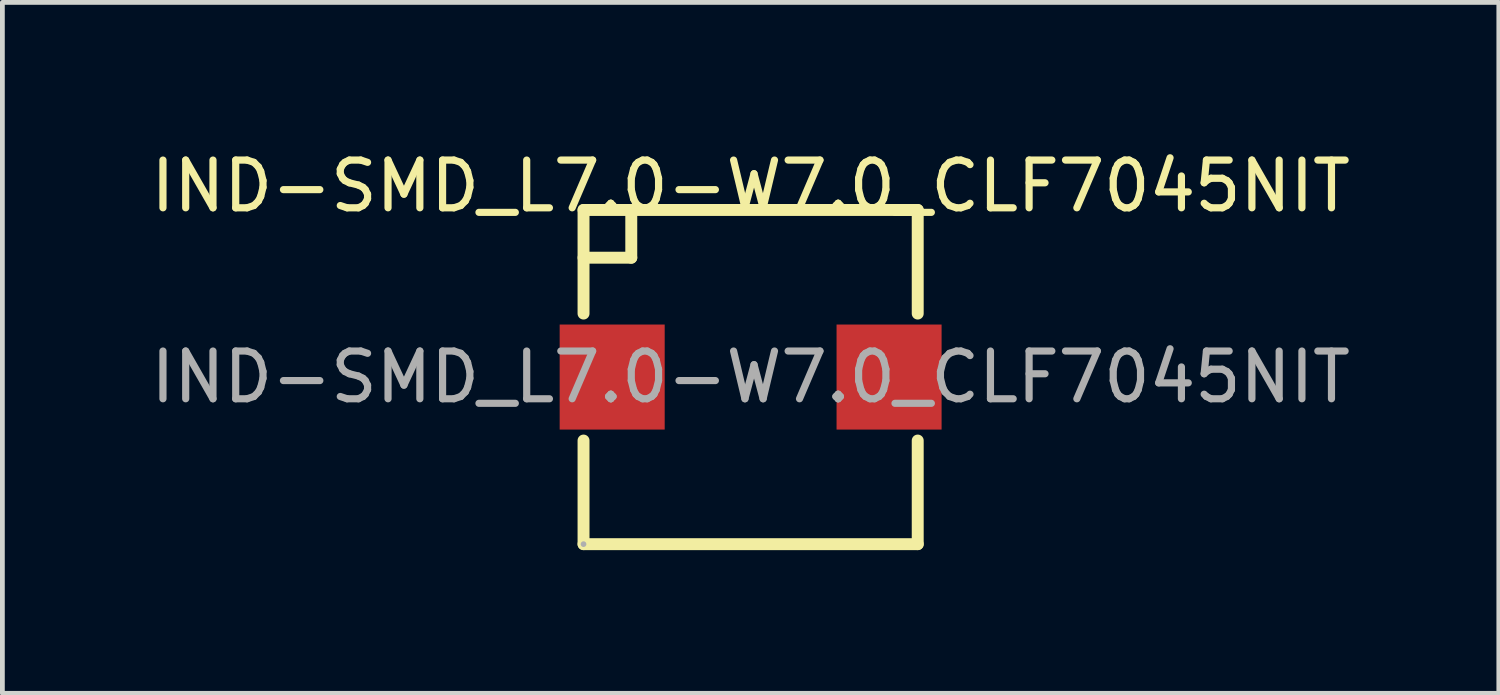
<source format=kicad_pcb>
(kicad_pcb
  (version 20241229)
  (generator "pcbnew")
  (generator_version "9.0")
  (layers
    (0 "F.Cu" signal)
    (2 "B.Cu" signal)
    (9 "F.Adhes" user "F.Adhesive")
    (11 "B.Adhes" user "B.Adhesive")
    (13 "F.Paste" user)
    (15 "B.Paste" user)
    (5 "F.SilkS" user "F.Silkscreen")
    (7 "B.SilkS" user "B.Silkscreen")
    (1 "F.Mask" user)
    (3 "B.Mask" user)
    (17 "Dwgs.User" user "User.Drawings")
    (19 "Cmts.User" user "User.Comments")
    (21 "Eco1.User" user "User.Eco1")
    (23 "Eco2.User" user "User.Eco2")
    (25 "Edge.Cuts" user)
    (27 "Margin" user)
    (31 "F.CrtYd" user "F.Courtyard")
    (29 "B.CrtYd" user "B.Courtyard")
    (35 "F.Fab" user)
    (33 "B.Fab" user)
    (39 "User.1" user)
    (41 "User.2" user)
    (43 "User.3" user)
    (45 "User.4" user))
  (footprint "IND-SMD_L7.0-W7.0_CLF7045NIT"
    (layer "F.Cu")
    (at 12.673 4.848)
    (property "Reference" "IND-SMD_L7.0-W7.0_CLF7045NIT" (at 0 -4 0) (layer "F.SilkS") (effects (font (size 1 1) (thickness 0.15))))
    (attr through_hole)
    (fp_line (start -3.5 -3.5) (end 3.5 -3.5) (stroke (width 0.25) (type solid)) (layer "F.SilkS"))
    (fp_line (start -3.5 -1.33) (end -3.5 -3.5) (stroke (width 0.25) (type solid)) (layer "F.SilkS"))
    (fp_line (start -3.5 3.5) (end -3.5 1.33) (stroke (width 0.25) (type solid)) (layer "F.SilkS"))
    (fp_line (start -2.5 -2.5) (end -3.5 -2.5) (stroke (width 0.25) (type solid)) (layer "F.SilkS"))
    (fp_line (start -2.5 -2.5) (end -2.5 -3.5) (stroke (width 0.25) (type solid)) (layer "F.SilkS"))
    (fp_line (start 3.5 -3.5) (end 3.5 -1.33) (stroke (width 0.25) (type solid)) (layer "F.SilkS"))
    (fp_line (start 3.5 1.33) (end 3.5 3.5) (stroke (width 0.25) (type solid)) (layer "F.SilkS"))
    (fp_line (start 3.5 3.5) (end -3.5 3.5) (stroke (width 0.25) (type solid)) (layer "F.SilkS"))
    (fp_circle (center -3.5 3.5) (end -3.47 3.5) (stroke (width 0.06) (type solid)) (fill no) (layer "F.Fab"))
    (fp_text user "${REFERENCE}" (at 0 0 0) (layer "F.Fab") (effects (font (size 1 1) (thickness 0.15))))
    (pad "1" smd rect (at -2.9 0 90) (size 2.2 2.2) (layers "F.Cu" "F.Mask" "F.Paste"))
    (pad "2" smd rect (at 2.9 0 90) (size 2.2 2.2) (layers "F.Cu" "F.Mask" "F.Paste")))
  (gr_rect
    (start -3 -3)
    (end 28.345 11.473)
    (stroke (width 0.1) (type default))
    (fill no)
    (layer "Edge.Cuts")))
</source>
